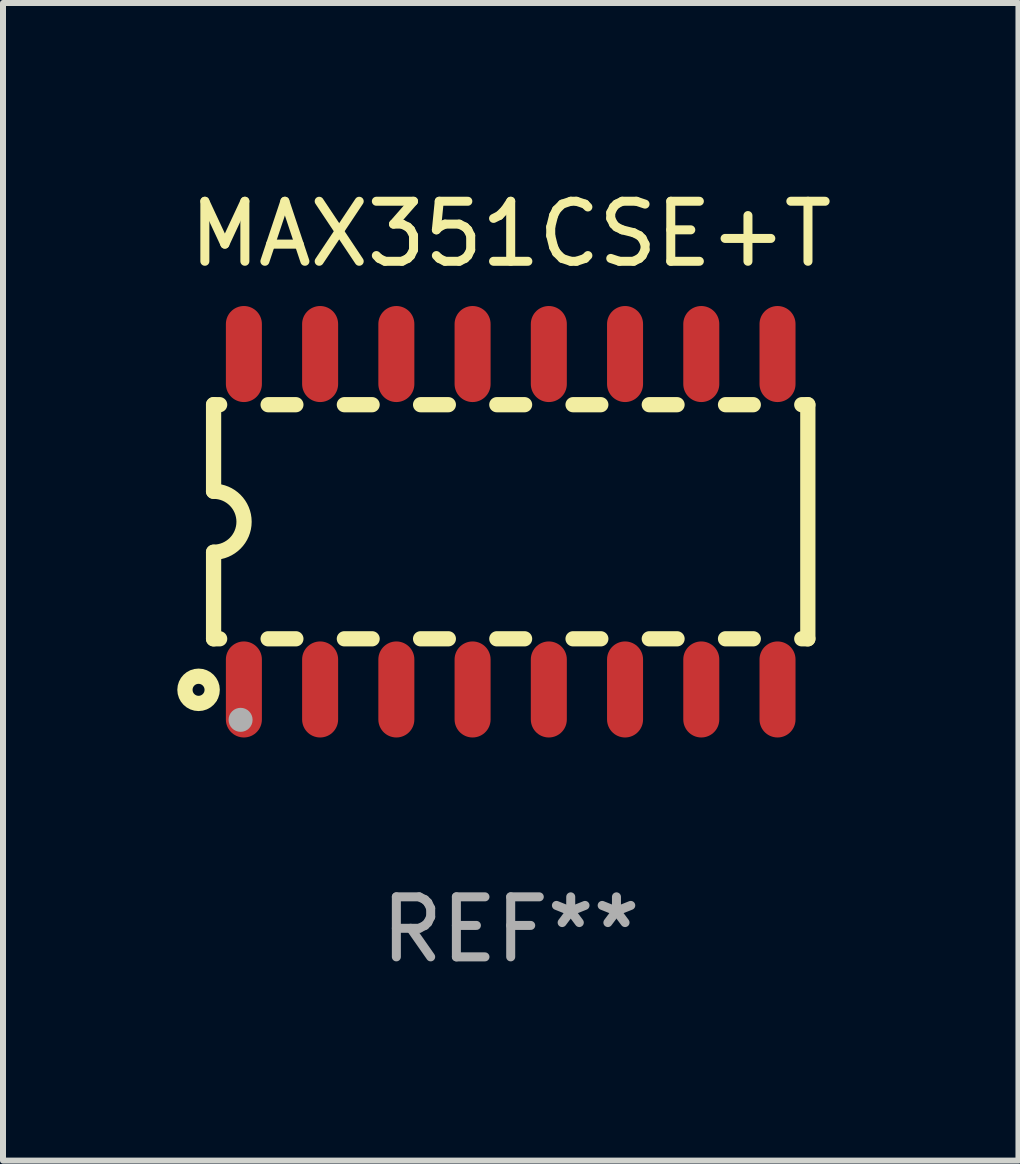
<source format=kicad_pcb>
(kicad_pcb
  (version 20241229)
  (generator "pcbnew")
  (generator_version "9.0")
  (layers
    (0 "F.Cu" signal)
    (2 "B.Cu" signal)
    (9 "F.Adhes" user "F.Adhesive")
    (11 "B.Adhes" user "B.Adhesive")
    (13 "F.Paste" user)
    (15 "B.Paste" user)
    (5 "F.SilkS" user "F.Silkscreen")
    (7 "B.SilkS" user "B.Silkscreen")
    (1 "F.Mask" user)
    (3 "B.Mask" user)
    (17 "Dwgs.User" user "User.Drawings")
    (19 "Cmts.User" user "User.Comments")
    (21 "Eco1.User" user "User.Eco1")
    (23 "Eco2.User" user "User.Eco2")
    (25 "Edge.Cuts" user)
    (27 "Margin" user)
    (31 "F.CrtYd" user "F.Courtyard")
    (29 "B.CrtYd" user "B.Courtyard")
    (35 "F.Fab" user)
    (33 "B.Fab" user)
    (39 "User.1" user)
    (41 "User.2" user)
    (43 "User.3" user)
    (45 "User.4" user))
  (footprint "MAX351CSE+T"
    (layer "F.Cu")
    (at 5.458 5.642)
    (property "Reference" "MAX351CSE+T" (at 0 -4.794 0) (layer "F.SilkS") (effects (font (size 1 1) (thickness 0.15))))
    (attr through_hole)
    (fp_line (start -4.95 -1.95) (end -4.95 -0.508) (stroke (width 0.254) (type solid)) (layer "F.SilkS"))
    (fp_line (start -4.95 -1.95) (end -4.849 -1.95) (stroke (width 0.254) (type solid)) (layer "F.SilkS"))
    (fp_line (start -4.95 1.95) (end -4.95 0.508) (stroke (width 0.254) (type solid)) (layer "F.SilkS"))
    (fp_line (start -4.95 1.95) (end -4.849 1.95) (stroke (width 0.254) (type solid)) (layer "F.SilkS"))
    (fp_line (start -4.041 -1.95) (end -3.579 -1.95) (stroke (width 0.254) (type solid)) (layer "F.SilkS"))
    (fp_line (start -4.041 1.95) (end -3.579 1.95) (stroke (width 0.254) (type solid)) (layer "F.SilkS"))
    (fp_line (start -2.771 -1.95) (end -2.309 -1.95) (stroke (width 0.254) (type solid)) (layer "F.SilkS"))
    (fp_line (start -2.771 1.95) (end -2.309 1.95) (stroke (width 0.254) (type solid)) (layer "F.SilkS"))
    (fp_line (start -1.501 -1.95) (end -1.039 -1.95) (stroke (width 0.254) (type solid)) (layer "F.SilkS"))
    (fp_line (start -1.501 1.95) (end -1.039 1.95) (stroke (width 0.254) (type solid)) (layer "F.SilkS"))
    (fp_line (start -0.231 -1.95) (end 0.231 -1.95) (stroke (width 0.254) (type solid)) (layer "F.SilkS"))
    (fp_line (start -0.231 1.95) (end 0.231 1.95) (stroke (width 0.254) (type solid)) (layer "F.SilkS"))
    (fp_line (start 1.039 -1.95) (end 1.501 -1.95) (stroke (width 0.254) (type solid)) (layer "F.SilkS"))
    (fp_line (start 1.039 1.95) (end 1.501 1.95) (stroke (width 0.254) (type solid)) (layer "F.SilkS"))
    (fp_line (start 2.309 -1.95) (end 2.771 -1.95) (stroke (width 0.254) (type solid)) (layer "F.SilkS"))
    (fp_line (start 2.309 1.95) (end 2.771 1.95) (stroke (width 0.254) (type solid)) (layer "F.SilkS"))
    (fp_line (start 3.579 -1.95) (end 4.041 -1.95) (stroke (width 0.254) (type solid)) (layer "F.SilkS"))
    (fp_line (start 3.579 1.95) (end 4.041 1.95) (stroke (width 0.254) (type solid)) (layer "F.SilkS"))
    (fp_line (start 4.849 -1.95) (end 4.95 -1.95) (stroke (width 0.254) (type solid)) (layer "F.SilkS"))
    (fp_line (start 4.849 1.95) (end 4.95 1.95) (stroke (width 0.254) (type solid)) (layer "F.SilkS"))
    (fp_line (start 4.95 -1.95) (end 4.95 1.95) (stroke (width 0.254) (type solid)) (layer "F.SilkS"))
    (fp_arc (start -4.95047 -0.508001) (mid -4.442469 -0.000228) (end -4.950013 0.508001) (stroke (width 0.254001) (type solid)) (layer "F.SilkS"))
    (fp_circle (center -5.2 2.8) (end -5.1 2.8) (stroke (width 0.254) (type solid)) (fill no) (layer "F.SilkS"))
    (fp_circle (center -4.95 2.947) (end -4.92 2.947) (stroke (width 0.06) (type solid)) (fill no) (layer "F.SilkS"))
    (fp_circle (center -4.5 3.3) (end -4.4 3.3) (stroke (width 0.2) (type solid)) (fill no) (layer "F.Fab"))
    (fp_text user "REF**" (at 0 6.794 0) (layer "F.Fab") (effects (font (size 1 1) (thickness 0.15))))
    (pad "1" smd oval (at -4.445 2.794) (size 0.6 1.6) (layers "F.Cu" "F.Mask" "F.Paste"))
    (pad "2" smd oval (at -3.175 2.794) (size 0.6 1.6) (layers "F.Cu" "F.Mask" "F.Paste"))
    (pad "3" smd oval (at -1.905 2.794) (size 0.6 1.6) (layers "F.Cu" "F.Mask" "F.Paste"))
    (pad "4" smd oval (at -0.635 2.794) (size 0.6 1.6) (layers "F.Cu" "F.Mask" "F.Paste"))
    (pad "5" smd oval (at 0.635 2.794) (size 0.6 1.6) (layers "F.Cu" "F.Mask" "F.Paste"))
    (pad "6" smd oval (at 1.905 2.794) (size 0.6 1.6) (layers "F.Cu" "F.Mask" "F.Paste"))
    (pad "7" smd oval (at 3.175 2.794) (size 0.6 1.6) (layers "F.Cu" "F.Mask" "F.Paste"))
    (pad "8" smd oval (at 4.445 2.794) (size 0.6 1.6) (layers "F.Cu" "F.Mask" "F.Paste"))
    (pad "9" smd oval (at 4.445 -2.794) (size 0.6 1.6) (layers "F.Cu" "F.Mask" "F.Paste"))
    (pad "10" smd oval (at 3.175 -2.794) (size 0.6 1.6) (layers "F.Cu" "F.Mask" "F.Paste"))
    (pad "11" smd oval (at 1.905 -2.794) (size 0.6 1.6) (layers "F.Cu" "F.Mask" "F.Paste"))
    (pad "12" smd oval (at 0.635 -2.794) (size 0.6 1.6) (layers "F.Cu" "F.Mask" "F.Paste"))
    (pad "13" smd oval (at -0.635 -2.794) (size 0.6 1.6) (layers "F.Cu" "F.Mask" "F.Paste"))
    (pad "14" smd oval (at -1.905 -2.794) (size 0.6 1.6) (layers "F.Cu" "F.Mask" "F.Paste"))
    (pad "15" smd oval (at -3.175 -2.794) (size 0.6 1.6) (layers "F.Cu" "F.Mask" "F.Paste"))
    (pad "16" smd oval (at -4.445 -2.794) (size 0.6 1.6) (layers "F.Cu" "F.Mask" "F.Paste")))
  (gr_rect
    (start -3 -3)
    (end 13.917 16.285)
    (stroke (width 0.1) (type default))
    (fill no)
    (layer "Edge.Cuts")))
</source>
